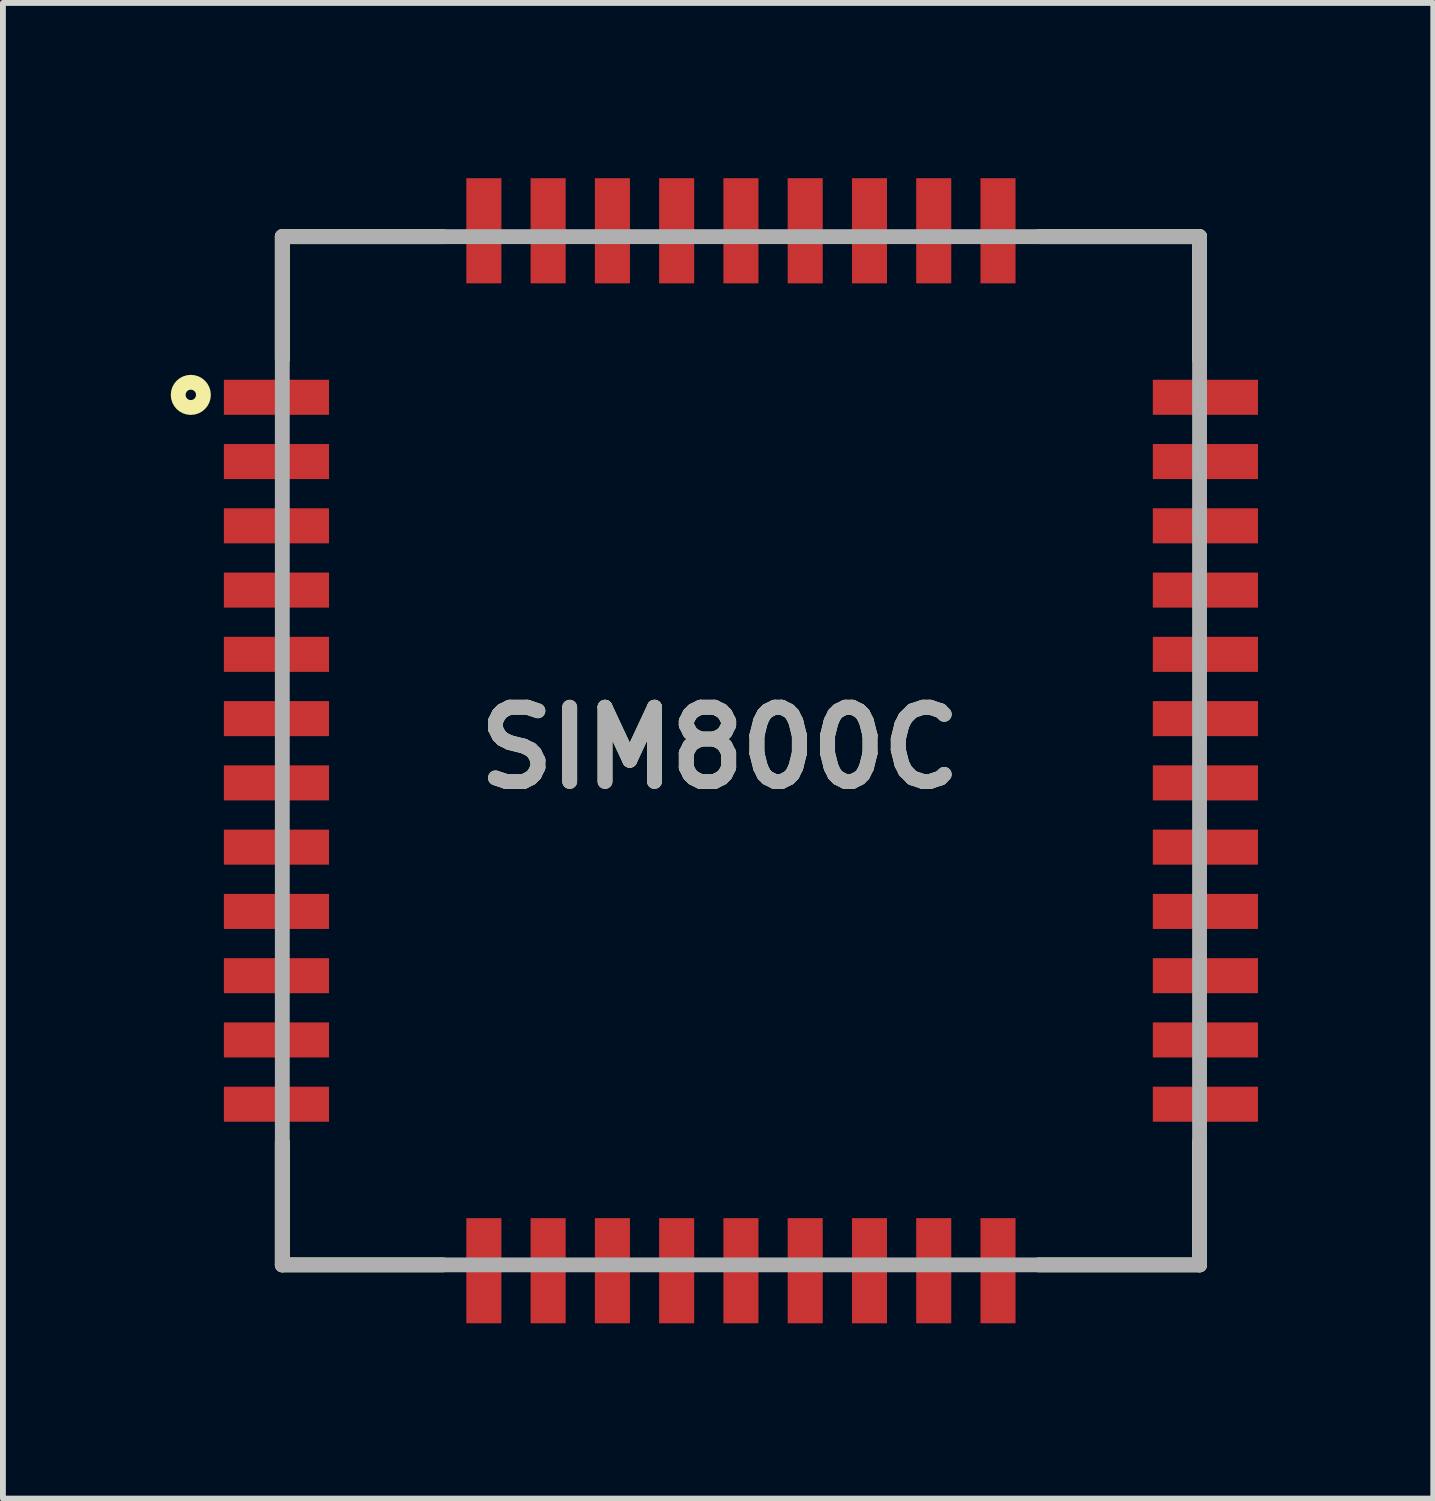
<source format=kicad_pcb>
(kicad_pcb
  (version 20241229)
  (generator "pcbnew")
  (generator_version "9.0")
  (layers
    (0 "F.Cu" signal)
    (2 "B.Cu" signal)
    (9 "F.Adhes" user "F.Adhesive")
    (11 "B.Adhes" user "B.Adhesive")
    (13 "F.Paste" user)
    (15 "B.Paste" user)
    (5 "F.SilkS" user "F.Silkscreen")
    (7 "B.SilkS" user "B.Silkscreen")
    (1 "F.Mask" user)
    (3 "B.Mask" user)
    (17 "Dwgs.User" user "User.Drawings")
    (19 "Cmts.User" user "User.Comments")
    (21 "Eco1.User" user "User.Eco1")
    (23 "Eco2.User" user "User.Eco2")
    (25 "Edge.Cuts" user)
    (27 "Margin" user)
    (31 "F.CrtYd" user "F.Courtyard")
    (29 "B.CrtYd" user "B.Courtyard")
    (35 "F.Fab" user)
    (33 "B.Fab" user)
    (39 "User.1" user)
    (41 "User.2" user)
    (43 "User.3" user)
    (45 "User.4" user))
  (footprint "SIM800C"
    (layer "F.Cu")
    (at 9.632 9.8)
    (property "Reference" "SIM800C" (at -0.361 -0.049 0) (layer "F.SilkS") (effects (font (size 1.27 1.27) (thickness 0.254))))
    (attr smd)
    (fp_line (start -7.85 -8.8) (end -7.85 -6.7) (stroke (width 0.254) (type solid)) (layer "F.SilkS"))
    (fp_line (start -7.85 -8.8) (end -5.1 -8.8) (stroke (width 0.254) (type solid)) (layer "F.SilkS"))
    (fp_line (start -7.85 8.8) (end -7.85 6.7) (stroke (width 0.254) (type solid)) (layer "F.SilkS"))
    (fp_line (start -7.85 8.8) (end -5.1 8.8) (stroke (width 0.254) (type solid)) (layer "F.SilkS"))
    (fp_line (start 7.85 -8.8) (end 5.1 -8.8) (stroke (width 0.254) (type solid)) (layer "F.SilkS"))
    (fp_line (start 7.85 -8.8) (end 7.85 -6.7) (stroke (width 0.254) (type solid)) (layer "F.SilkS"))
    (fp_line (start 7.85 8.8) (end 5.1 8.8) (stroke (width 0.254) (type solid)) (layer "F.SilkS"))
    (fp_line (start 7.85 8.8) (end 7.85 6.7) (stroke (width 0.254) (type solid)) (layer "F.SilkS"))
    (fp_circle (center -9.416 -6.091) (end -9.416 -6.002) (stroke (width 0.254) (type solid)) (fill no) (layer "F.SilkS"))
    (fp_line (start -7.85 -8.8) (end 7.85 -8.8) (stroke (width 0.254) (type solid)) (layer "F.Fab"))
    (fp_line (start -7.85 8.8) (end -7.85 -8.8) (stroke (width 0.254) (type solid)) (layer "F.Fab"))
    (fp_line (start 7.85 -8.8) (end 7.85 8.8) (stroke (width 0.254) (type solid)) (layer "F.Fab"))
    (fp_line (start 7.85 8.8) (end -7.85 8.8) (stroke (width 0.254) (type solid)) (layer "F.Fab"))
    (fp_text user "${REFERENCE}" (at -0.361 -0.049 0) (layer "F.Fab") (effects (font (size 1.27 1.27) (thickness 0.254))))
    (pad "1" smd rect (at -7.95 -6.05 90) (size 0.6 1.8) (layers "F.Cu" "F.Mask" "F.Paste"))
    (pad "2" smd rect (at -7.95 -4.95 90) (size 0.6 1.8) (layers "F.Cu" "F.Mask" "F.Paste"))
    (pad "3" smd rect (at -7.95 -3.85 90) (size 0.6 1.8) (layers "F.Cu" "F.Mask" "F.Paste"))
    (pad "4" smd rect (at -7.95 -2.75 90) (size 0.6 1.8) (layers "F.Cu" "F.Mask" "F.Paste"))
    (pad "5" smd rect (at -7.95 -1.65 90) (size 0.6 1.8) (layers "F.Cu" "F.Mask" "F.Paste"))
    (pad "6" smd rect (at -7.95 -0.55 90) (size 0.6 1.8) (layers "F.Cu" "F.Mask" "F.Paste"))
    (pad "7" smd rect (at -7.95 0.55 90) (size 0.6 1.8) (layers "F.Cu" "F.Mask" "F.Paste"))
    (pad "8" smd rect (at -7.95 1.65 90) (size 0.6 1.8) (layers "F.Cu" "F.Mask" "F.Paste"))
    (pad "9" smd rect (at -7.95 2.75 90) (size 0.6 1.8) (layers "F.Cu" "F.Mask" "F.Paste"))
    (pad "10" smd rect (at -7.95 3.85 90) (size 0.6 1.8) (layers "F.Cu" "F.Mask" "F.Paste"))
    (pad "11" smd rect (at -7.95 4.95 90) (size 0.6 1.8) (layers "F.Cu" "F.Mask" "F.Paste"))
    (pad "12" smd rect (at -7.95 6.05 90) (size 0.6 1.8) (layers "F.Cu" "F.Mask" "F.Paste"))
    (pad "13" smd rect (at -4.4 8.9) (size 0.6 1.8) (layers "F.Cu" "F.Mask" "F.Paste"))
    (pad "14" smd rect (at -3.3 8.9) (size 0.6 1.8) (layers "F.Cu" "F.Mask" "F.Paste"))
    (pad "15" smd rect (at -2.2 8.9) (size 0.6 1.8) (layers "F.Cu" "F.Mask" "F.Paste"))
    (pad "16" smd rect (at -1.1 8.9) (size 0.6 1.8) (layers "F.Cu" "F.Mask" "F.Paste"))
    (pad "17" smd rect (at 0 8.9) (size 0.6 1.8) (layers "F.Cu" "F.Mask" "F.Paste"))
    (pad "18" smd rect (at 1.1 8.9) (size 0.6 1.8) (layers "F.Cu" "F.Mask" "F.Paste"))
    (pad "19" smd rect (at 2.2 8.9) (size 0.6 1.8) (layers "F.Cu" "F.Mask" "F.Paste"))
    (pad "20" smd rect (at 3.3 8.9) (size 0.6 1.8) (layers "F.Cu" "F.Mask" "F.Paste"))
    (pad "21" smd rect (at 4.4 8.9) (size 0.6 1.8) (layers "F.Cu" "F.Mask" "F.Paste"))
    (pad "22" smd rect (at 7.95 6.05 90) (size 0.6 1.8) (layers "F.Cu" "F.Mask" "F.Paste"))
    (pad "23" smd rect (at 7.95 4.95 90) (size 0.6 1.8) (layers "F.Cu" "F.Mask" "F.Paste"))
    (pad "24" smd rect (at 7.95 3.85 90) (size 0.6 1.8) (layers "F.Cu" "F.Mask" "F.Paste"))
    (pad "25" smd rect (at 7.95 2.75 90) (size 0.6 1.8) (layers "F.Cu" "F.Mask" "F.Paste"))
    (pad "26" smd rect (at 7.95 1.65 90) (size 0.6 1.8) (layers "F.Cu" "F.Mask" "F.Paste"))
    (pad "27" smd rect (at 7.95 0.55 90) (size 0.6 1.8) (layers "F.Cu" "F.Mask" "F.Paste"))
    (pad "28" smd rect (at 7.95 -0.55 90) (size 0.6 1.8) (layers "F.Cu" "F.Mask" "F.Paste"))
    (pad "29" smd rect (at 7.95 -1.65 90) (size 0.6 1.8) (layers "F.Cu" "F.Mask" "F.Paste"))
    (pad "30" smd rect (at 7.95 -2.75 90) (size 0.6 1.8) (layers "F.Cu" "F.Mask" "F.Paste"))
    (pad "31" smd rect (at 7.95 -3.85 90) (size 0.6 1.8) (layers "F.Cu" "F.Mask" "F.Paste"))
    (pad "32" smd rect (at 7.95 -4.95 90) (size 0.6 1.8) (layers "F.Cu" "F.Mask" "F.Paste"))
    (pad "33" smd rect (at 7.95 -6.05 90) (size 0.6 1.8) (layers "F.Cu" "F.Mask" "F.Paste"))
    (pad "34" smd rect (at 4.4 -8.9) (size 0.6 1.8) (layers "F.Cu" "F.Mask" "F.Paste"))
    (pad "35" smd rect (at 3.3 -8.9) (size 0.6 1.8) (layers "F.Cu" "F.Mask" "F.Paste"))
    (pad "36" smd rect (at 2.2 -8.9) (size 0.6 1.8) (layers "F.Cu" "F.Mask" "F.Paste"))
    (pad "37" smd rect (at 1.1 -8.9) (size 0.6 1.8) (layers "F.Cu" "F.Mask" "F.Paste"))
    (pad "38" smd rect (at 0 -8.9) (size 0.6 1.8) (layers "F.Cu" "F.Mask" "F.Paste"))
    (pad "39" smd rect (at -1.1 -8.9) (size 0.6 1.8) (layers "F.Cu" "F.Mask" "F.Paste"))
    (pad "40" smd rect (at -2.2 -8.9) (size 0.6 1.8) (layers "F.Cu" "F.Mask" "F.Paste"))
    (pad "41" smd rect (at -3.3 -8.9) (size 0.6 1.8) (layers "F.Cu" "F.Mask" "F.Paste"))
    (pad "42" smd rect (at -4.4 -8.9) (size 0.6 1.8) (layers "F.Cu" "F.Mask" "F.Paste")))
  (gr_rect
    (start -3 -3)
    (end 21.482 22.6)
    (stroke (width 0.1) (type default))
    (fill no)
    (layer "Edge.Cuts")))
</source>
